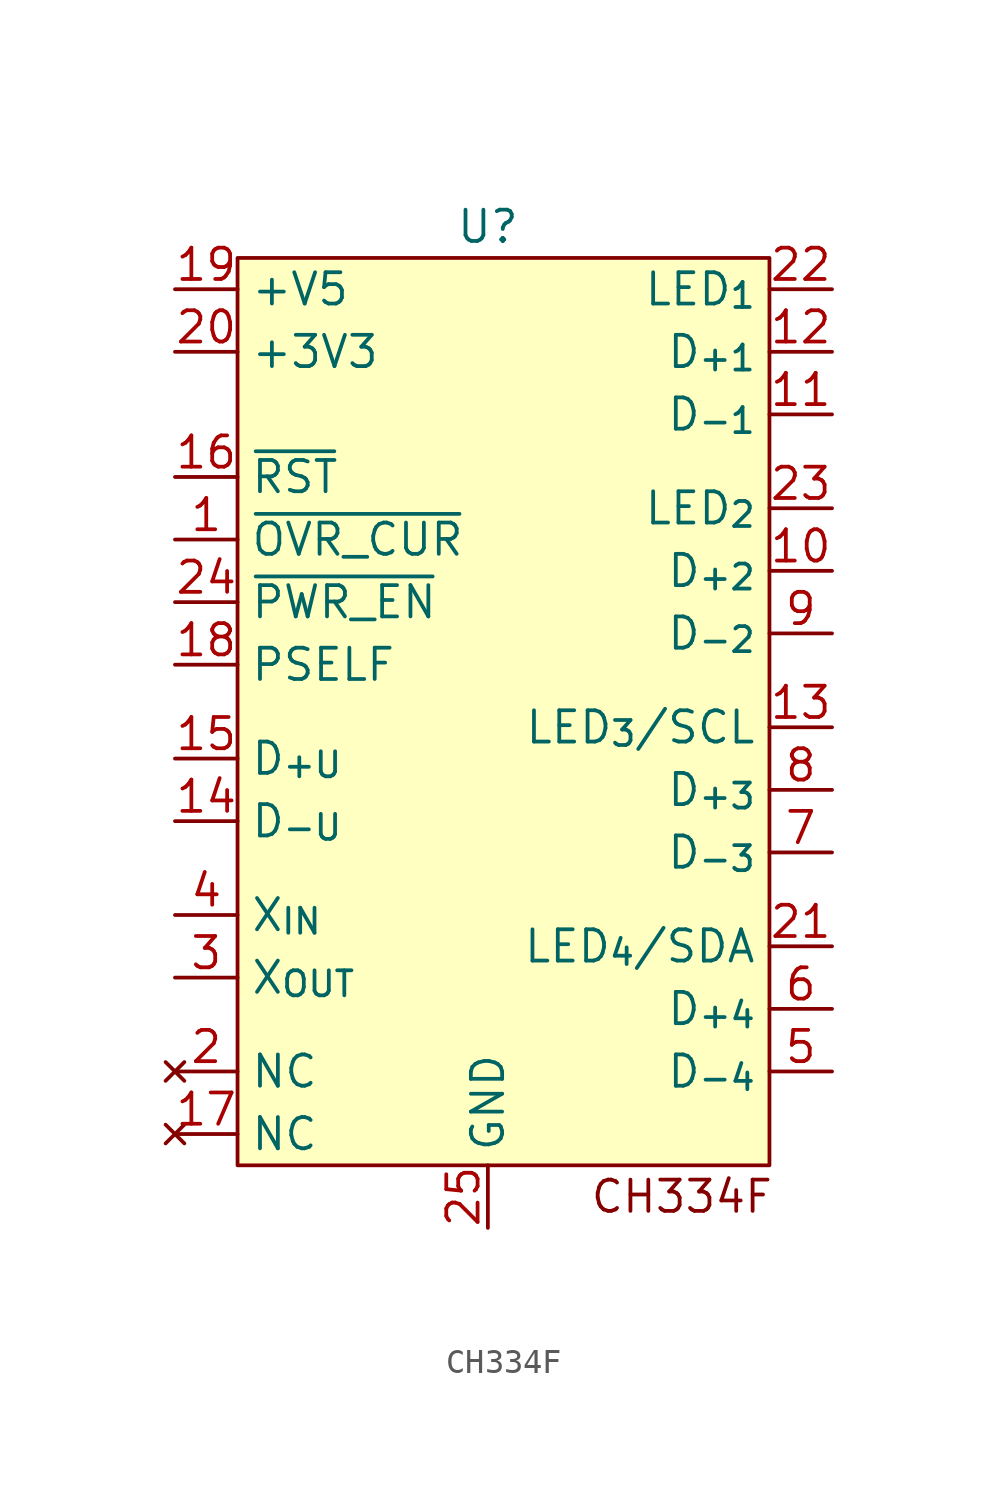
<source format=kicad_sym>
(kicad_symbol_lib
  (version 20231120)
  (generator "kicad_symbol_editor")
  (generator_version "8.0")
  (symbol "CH334F"
    (property "Reference" "U"
      (at 0 2.54 0)
      (effects (font (size 1.27 1.27))))
    (property "Value" ""
      (at -3.81 0 0)
      (effects (font (size 1.27 1.27))))
    (symbol "CH334F_0_1"
      (rectangle (start -10.16 1.27) (end 11.43 -35.56) (stroke (width 0) (type default)) (fill (type background))))
    (symbol "CH334F_1_1"
      (text "CH334F" (at 7.874 -36.83 0) (effects (font (size 1.27 1.27))))
      (pin bidirectional line (at -12.7 -10.16 0) (length 2.54) (name "~{OVR_CUR}" (effects (font (size 1.27 1.27)))) (number "1" (effects (font (size 1.27 1.27)))))
      (pin bidirectional line (at 13.97 -11.43 180) (length 2.54) (name "D_{+2}" (effects (font (size 1.27 1.27)))) (number "10" (effects (font (size 1.27 1.27)))))
      (pin bidirectional line (at 13.97 -5.08 180) (length 2.54) (name "D_{-1}" (effects (font (size 1.27 1.27)))) (number "11" (effects (font (size 1.27 1.27)))))
      (pin bidirectional line (at 13.97 -2.54 180) (length 2.54) (name "D_{+1}" (effects (font (size 1.27 1.27)))) (number "12" (effects (font (size 1.27 1.27)))))
      (pin bidirectional line (at 13.97 -17.78 180) (length 2.54) (name "LED_{3}/SCL" (effects (font (size 1.27 1.27)))) (number "13" (effects (font (size 1.27 1.27)))))
      (pin bidirectional line (at -12.7 -21.59 0) (length 2.54) (name "D_{-U}" (effects (font (size 1.27 1.27)))) (number "14" (effects (font (size 1.27 1.27)))))
      (pin bidirectional line (at -12.7 -19.05 0) (length 2.54) (name "D_{+U}" (effects (font (size 1.27 1.27)))) (number "15" (effects (font (size 1.27 1.27)))))
      (pin bidirectional line (at -12.7 -7.62 0) (length 2.54) (name "~{RST}" (effects (font (size 1.27 1.27)))) (number "16" (effects (font (size 1.27 1.27)))))
      (pin no_connect line (at -12.7 -34.29 0) (length 2.54) (name "NC" (effects (font (size 1.27 1.27)))) (number "17" (effects (font (size 1.27 1.27)))))
      (pin bidirectional line (at -12.7 -15.24 0) (length 2.54) (name "PSELF" (effects (font (size 1.27 1.27)))) (number "18" (effects (font (size 1.27 1.27)))))
      (pin power_in line (at -12.7 0 0) (length 2.54) (name "+V5" (effects (font (size 1.27 1.27)))) (number "19" (effects (font (size 1.27 1.27)))))
      (pin no_connect line (at -12.7 -31.75 0) (length 2.54) (name "NC" (effects (font (size 1.27 1.27)))) (number "2" (effects (font (size 1.27 1.27)))))
      (pin power_out line (at -12.7 -2.54 0) (length 2.54) (name "+3V3" (effects (font (size 1.27 1.27)))) (number "20" (effects (font (size 1.27 1.27)))))
      (pin bidirectional line (at 13.97 -26.67 180) (length 2.54) (name "LED_{4}/SDA" (effects (font (size 1.27 1.27)))) (number "21" (effects (font (size 1.27 1.27)))))
      (pin bidirectional line (at 13.97 0 180) (length 2.54) (name "LED_{1}" (effects (font (size 1.27 1.27)))) (number "22" (effects (font (size 1.27 1.27)))))
      (pin bidirectional line (at 13.97 -8.89 180) (length 2.54) (name "LED_{2}" (effects (font (size 1.27 1.27)))) (number "23" (effects (font (size 1.27 1.27)))))
      (pin bidirectional line (at -12.7 -12.7 0) (length 2.54) (name "~{PWR_EN}" (effects (font (size 1.27 1.27)))) (number "24" (effects (font (size 1.27 1.27)))))
      (pin power_in line (at 0 -38.1 90) (length 2.54) (name "GND" (effects (font (size 1.27 1.27)))) (number "25" (effects (font (size 1.27 1.27)))))
      (pin bidirectional line (at -12.7 -27.94 0) (length 2.54) (name "X_{OUT}" (effects (font (size 1.27 1.27)))) (number "3" (effects (font (size 1.27 1.27)))))
      (pin bidirectional line (at -12.7 -25.4 0) (length 2.54) (name "X_{IN}" (effects (font (size 1.27 1.27)))) (number "4" (effects (font (size 1.27 1.27)))))
      (pin bidirectional line (at 13.97 -31.75 180) (length 2.54) (name "D_{-4}" (effects (font (size 1.27 1.27)))) (number "5" (effects (font (size 1.27 1.27)))))
      (pin bidirectional line (at 13.97 -29.21 180) (length 2.54) (name "D_{+4}" (effects (font (size 1.27 1.27)))) (number "6" (effects (font (size 1.27 1.27)))))
      (pin bidirectional line (at 13.97 -22.86 180) (length 2.54) (name "D_{-3}" (effects (font (size 1.27 1.27)))) (number "7" (effects (font (size 1.27 1.27)))))
      (pin bidirectional line (at 13.97 -20.32 180) (length 2.54) (name "D_{+3}" (effects (font (size 1.27 1.27)))) (number "8" (effects (font (size 1.27 1.27)))))
      (pin bidirectional line (at 13.97 -13.97 180) (length 2.54) (name "D_{-2}" (effects (font (size 1.27 1.27)))) (number "9" (effects (font (size 1.27 1.27))))))))
</source>
